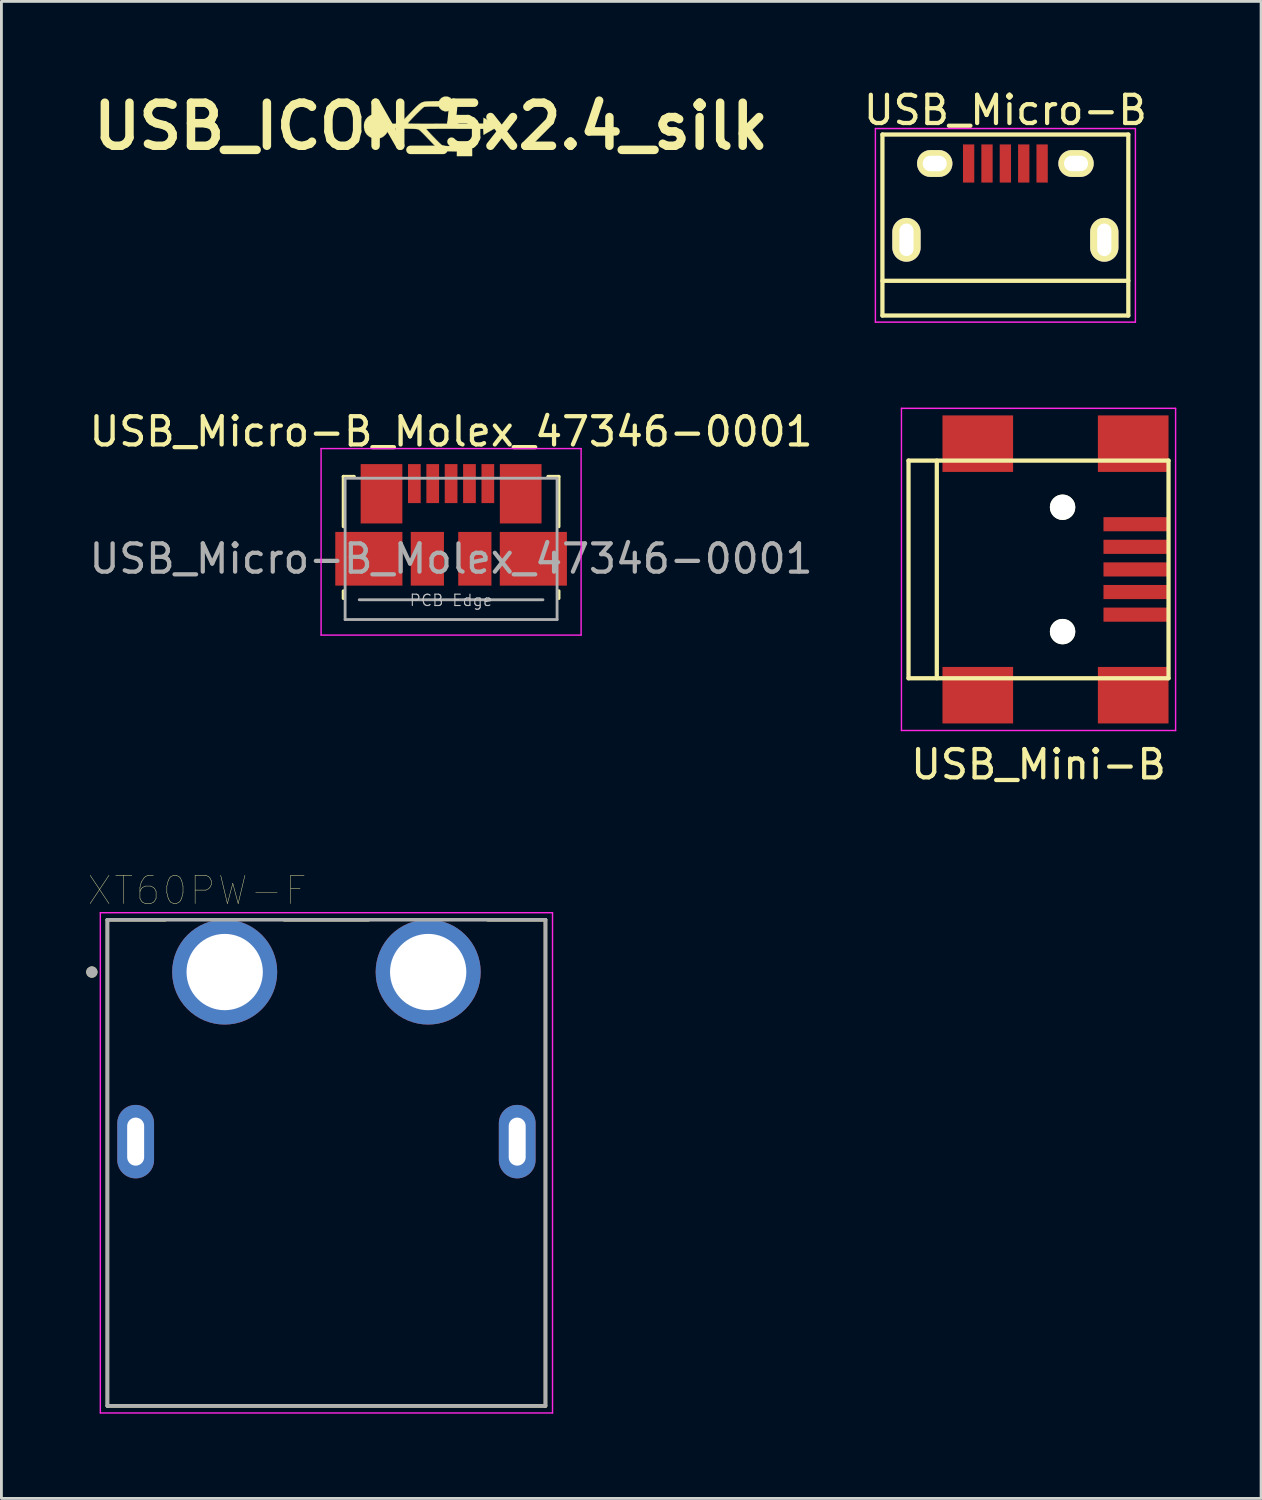
<source format=kicad_pcb>
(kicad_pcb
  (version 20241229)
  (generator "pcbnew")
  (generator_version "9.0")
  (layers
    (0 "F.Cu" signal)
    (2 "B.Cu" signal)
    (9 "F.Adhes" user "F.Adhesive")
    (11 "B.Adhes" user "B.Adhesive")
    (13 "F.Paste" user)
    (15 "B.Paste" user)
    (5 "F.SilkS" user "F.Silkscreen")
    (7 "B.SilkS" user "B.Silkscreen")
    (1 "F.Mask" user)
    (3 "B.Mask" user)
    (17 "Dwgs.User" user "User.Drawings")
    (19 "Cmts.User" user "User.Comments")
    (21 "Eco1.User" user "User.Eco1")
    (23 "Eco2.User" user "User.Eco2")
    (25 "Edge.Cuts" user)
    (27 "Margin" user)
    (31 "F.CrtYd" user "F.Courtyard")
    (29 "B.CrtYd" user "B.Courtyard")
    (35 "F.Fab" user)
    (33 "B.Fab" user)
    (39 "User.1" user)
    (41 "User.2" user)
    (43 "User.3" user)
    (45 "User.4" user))
  (footprint "USB_ICON_5x2.4_silk"
    (layer "F.Cu")
    (at 12.199 1.418)
    (property "Reference" "USB_ICON_5x2.4_silk" (at 0 0 0) (layer "F.SilkS") (effects (font (size 1.524 1.524) (thickness 0.3))))
    (attr through_hole)
    (fp_poly (pts (xy 0.599 -1.044) (xy 0.679 -1.01) (xy 0.741 -0.948) (xy 0.783 -0.861) (xy 0.786 -0.849) (xy 0.793 -0.767) (xy 0.771 -0.689) (xy 0.726 -0.622) (xy 0.664 -0.569) (xy 0.589 -0.537) (xy 0.506 -0.53) (xy 0.477 -0.535) (xy 0.389 -0.568) (xy 0.326 -0.624) (xy 0.307 -0.651) (xy 0.277 -0.702) (xy 0.041 -0.702) (xy -0.049 -0.701) (xy -0.131 -0.697) (xy -0.197 -0.692) (xy -0.24 -0.686) (xy -0.246 -0.684) (xy -0.269 -0.668) (xy -0.311 -0.632) (xy -0.367 -0.58) (xy -0.433 -0.516) (xy -0.506 -0.445) (xy -0.58 -0.369) (xy -0.652 -0.295) (xy -0.718 -0.225) (xy -0.773 -0.165) (xy -0.813 -0.117) (xy -0.817 -0.113) (xy -0.82 -0.107) (xy -0.818 -0.103) (xy -0.81 -0.099) (xy -0.793 -0.095) (xy -0.766 -0.093) (xy -0.726 -0.09) (xy -0.67 -0.089) (xy -0.598 -0.087) (xy -0.506 -0.087) (xy -0.394 -0.086) (xy -0.257 -0.086) (xy -0.096 -0.086) (xy 0.093 -0.086) (xy 0.312 -0.087) (xy 0.503 -0.088) (xy 1.847 -0.092) (xy 1.855 -0.195) (xy 1.863 -0.299) (xy 2.118 -0.154) (xy 2.2 -0.106) (xy 2.272 -0.064) (xy 2.327 -0.031) (xy 2.362 -0.008) (xy 2.372 0) (xy 2.359 0.011) (xy 2.32 0.035) (xy 2.262 0.07) (xy 2.189 0.113) (xy 2.118 0.154) (xy 1.863 0.3) (xy 1.855 0.196) (xy 1.847 0.092) (xy 0.84 0.088) (xy 0.66 0.087) (xy 0.49 0.087) (xy 0.334 0.087) (xy 0.193 0.088) (xy 0.072 0.089) (xy -0.028 0.09) (xy -0.103 0.092) (xy -0.15 0.094) (xy -0.167 0.096) (xy -0.167 0.096) (xy -0.155 0.114) (xy -0.124 0.151) (xy -0.077 0.203) (xy -0.018 0.267) (xy 0.048 0.337) (xy 0.119 0.409) (xy 0.189 0.481) (xy 0.255 0.547) (xy 0.312 0.603) (xy 0.357 0.645) (xy 0.386 0.669) (xy 0.391 0.672) (xy 0.419 0.684) (xy 0.457 0.692) (xy 0.51 0.697) (xy 0.585 0.7) (xy 0.681 0.701) (xy 0.919 0.702) (xy 0.919 0.535) (xy 1.454 0.535) (xy 1.454 1.053) (xy 0.919 1.053) (xy 0.919 0.889) (xy 0.664 0.883) (xy 0.557 0.88) (xy 0.471 0.874) (xy 0.401 0.863) (xy 0.34 0.844) (xy 0.284 0.813) (xy 0.225 0.769) (xy 0.159 0.708) (xy 0.079 0.627) (xy 0.019 0.564) (xy -0.091 0.449) (xy -0.181 0.355) (xy -0.252 0.282) (xy -0.309 0.225) (xy -0.353 0.182) (xy -0.387 0.152) (xy -0.413 0.131) (xy -0.434 0.118) (xy -0.454 0.109) (xy -0.473 0.103) (xy -0.476 0.102) (xy -0.515 0.096) (xy -0.584 0.092) (xy -0.681 0.088) (xy -0.803 0.085) (xy -0.946 0.084) (xy -1.021 0.084) (xy -1.499 0.084) (xy -1.518 0.148) (xy -1.552 0.219) (xy -1.608 0.291) (xy -1.677 0.355) (xy -1.75 0.401) (xy -1.859 0.435) (xy -1.971 0.439) (xy -2.081 0.414) (xy -2.182 0.365) (xy -2.268 0.291) (xy -2.316 0.224) (xy -2.35 0.14) (xy -2.369 0.04) (xy -2.369 -0.062) (xy -2.358 -0.127) (xy -2.315 -0.228) (xy -2.247 -0.312) (xy -2.16 -0.376) (xy -2.059 -0.418) (xy -1.95 -0.435) (xy -1.839 -0.426) (xy -1.745 -0.395) (xy -1.666 -0.345) (xy -1.595 -0.276) (xy -1.54 -0.199) (xy -1.517 -0.145) (xy -1.498 -0.08) (xy -1.313 -0.086) (xy -1.223 -0.091) (xy -1.159 -0.097) (xy -1.114 -0.107) (xy -1.082 -0.122) (xy -1.078 -0.124) (xy -1.053 -0.145) (xy -1.009 -0.186) (xy -0.949 -0.245) (xy -0.878 -0.316) (xy -0.799 -0.398) (xy -0.728 -0.472) (xy -0.625 -0.581) (xy -0.54 -0.668) (xy -0.469 -0.736) (xy -0.409 -0.788) (xy -0.353 -0.825) (xy -0.299 -0.85) (xy -0.241 -0.866) (xy -0.176 -0.875) (xy -0.098 -0.88) (xy -0.003 -0.882) (xy 0.013 -0.883) (xy 0.284 -0.889) (xy 0.311 -0.933) (xy 0.368 -0.999) (xy 0.445 -1.038) (xy 0.504 -1.049) (xy 0.599 -1.044)) (stroke (width 0.01) (type solid)) (fill yes) (layer "F.SilkS")))
  (footprint "XT60PW-F"
    (layer "F.Cu")
    (at 8.5 31.344)
    (property "Reference" "XT60PW-F" (at -4.575 -2.885 0) (layer "F.SilkS") (effects (font (size 1 1) (thickness 0.015))))
    (attr through_hole)
    (fp_line (start -7.75 -1.85) (end -5.71 -1.85) (stroke (width 0.127) (type solid)) (layer "F.SilkS"))
    (fp_line (start -7.75 15.35) (end -7.75 -1.85) (stroke (width 0.127) (type solid)) (layer "F.SilkS"))
    (fp_line (start -1.49 -1.85) (end 1.49 -1.85) (stroke (width 0.127) (type solid)) (layer "F.SilkS"))
    (fp_line (start 5.71 -1.85) (end 7.75 -1.85) (stroke (width 0.127) (type solid)) (layer "F.SilkS"))
    (fp_line (start 7.75 -1.85) (end 7.75 15.35) (stroke (width 0.127) (type solid)) (layer "F.SilkS"))
    (fp_line (start 7.75 15.35) (end -7.75 15.35) (stroke (width 0.127) (type solid)) (layer "F.SilkS"))
    (fp_circle (center -8.3 0) (end -8.2 0) (stroke (width 0.2) (type solid)) (fill no) (layer "F.SilkS"))
    (fp_line (start -8 -2.1) (end 8 -2.1) (stroke (width 0.05) (type solid)) (layer "F.CrtYd"))
    (fp_line (start -8 15.6) (end -8 -2.1) (stroke (width 0.05) (type solid)) (layer "F.CrtYd"))
    (fp_line (start 8 -2.1) (end 8 15.6) (stroke (width 0.05) (type solid)) (layer "F.CrtYd"))
    (fp_line (start 8 15.6) (end -8 15.6) (stroke (width 0.05) (type solid)) (layer "F.CrtYd"))
    (fp_line (start -7.75 -1.85) (end 7.75 -1.85) (stroke (width 0.127) (type solid)) (layer "F.Fab"))
    (fp_line (start -7.75 15.35) (end -7.75 -1.85) (stroke (width 0.127) (type solid)) (layer "F.Fab"))
    (fp_line (start 7.75 -1.85) (end 7.75 15.35) (stroke (width 0.127) (type solid)) (layer "F.Fab"))
    (fp_line (start 7.75 15.35) (end -7.75 15.35) (stroke (width 0.127) (type solid)) (layer "F.Fab"))
    (fp_circle (center -8.3 0) (end -8.2 0) (stroke (width 0.2) (type solid)) (fill no) (layer "F.Fab"))
    (pad "1" thru_hole circle (at -3.6 0) (size 3.716 3.716) (drill 2.7) (layers "*.Cu" "*.Mask"))
    (pad "2" thru_hole circle (at 3.6 0) (size 3.716 3.716) (drill 2.7) (layers "*.Cu" "*.Mask"))
    (pad "S1" thru_hole oval (at -6.75 6) (size 1.3 2.6) (drill oval 0.6 1.7) (layers "*.Cu" "*.Mask"))
    (pad "S2" thru_hole oval (at 6.75 6) (size 1.3 2.6) (drill oval 0.6 1.7) (layers "*.Cu" "*.Mask")))
  (footprint "USB_Micro-B_Molex_47346-0001"
    (layer "F.Cu")
    (at 12.911 15.521)
    (property "Reference" "USB_Micro-B_Molex_47346-0001" (at 0 -3.3 180) (layer "F.SilkS") (effects (font (size 1 1) (thickness 0.15))))
    (attr smd)
    (fp_line (start -3.81 -1.71) (end -3.43 -1.71) (stroke (width 0.12) (type solid)) (layer "F.SilkS"))
    (fp_line (start -3.81 0.06) (end -3.81 -1.71) (stroke (width 0.12) (type solid)) (layer "F.SilkS"))
    (fp_line (start -3.81 2.6) (end -3.81 2.34) (stroke (width 0.12) (type solid)) (layer "F.SilkS"))
    (fp_line (start 3.81 -1.71) (end 3.43 -1.71) (stroke (width 0.12) (type solid)) (layer "F.SilkS"))
    (fp_line (start 3.81 -1.71) (end 3.81 0.06) (stroke (width 0.12) (type solid)) (layer "F.SilkS"))
    (fp_line (start 3.81 2.34) (end 3.81 2.6) (stroke (width 0.12) (type solid)) (layer "F.SilkS"))
    (fp_line (start -4.6 -2.7) (end 4.6 -2.7) (stroke (width 0.05) (type solid)) (layer "F.CrtYd"))
    (fp_line (start -4.6 3.9) (end -4.6 -2.7) (stroke (width 0.05) (type solid)) (layer "F.CrtYd"))
    (fp_line (start 4.6 -2.7) (end 4.6 3.9) (stroke (width 0.05) (type solid)) (layer "F.CrtYd"))
    (fp_line (start 4.6 3.9) (end -4.6 3.9) (stroke (width 0.05) (type solid)) (layer "F.CrtYd"))
    (fp_line (start -3.75 -1.65) (end 3.75 -1.65) (stroke (width 0.1) (type solid)) (layer "F.Fab"))
    (fp_line (start -3.75 3.35) (end -3.75 -1.65) (stroke (width 0.1) (type solid)) (layer "F.Fab"))
    (fp_line (start -3.25 2.65) (end 3.25 2.65) (stroke (width 0.1) (type solid)) (layer "F.Fab"))
    (fp_line (start 3.75 -1.65) (end 3.75 3.35) (stroke (width 0.1) (type solid)) (layer "F.Fab"))
    (fp_line (start 3.75 3.35) (end -3.75 3.35) (stroke (width 0.1) (type solid)) (layer "F.Fab"))
    (fp_text user "PCB Edge" (at 0 2.67 180) (layer "Dwgs.User") (effects (font (size 0.4 0.4) (thickness 0.04))))
    (fp_text user "${REFERENCE}" (at 0 1.2 0) (layer "F.Fab") (effects (font (size 1 1) (thickness 0.15))))
    (pad "1" smd rect (at -1.3 -1.46) (size 0.45 1.38) (layers "F.Cu" "F.Mask" "F.Paste"))
    (pad "2" smd rect (at -0.65 -1.46) (size 0.45 1.38) (layers "F.Cu" "F.Mask" "F.Paste"))
    (pad "3" smd rect (at 0 -1.46) (size 0.45 1.38) (layers "F.Cu" "F.Mask" "F.Paste"))
    (pad "4" smd rect (at 0.65 -1.46) (size 0.45 1.38) (layers "F.Cu" "F.Mask" "F.Paste"))
    (pad "5" smd rect (at 1.3 -1.46) (size 0.45 1.38) (layers "F.Cu" "F.Mask" "F.Paste"))
    (pad "6" smd rect (at -2.91 1.2) (size 2.375 1.9) (layers "F.Cu" "F.Mask" "F.Paste"))
    (pad "6" smd rect (at -2.462 -1.1) (size 1.475 2.1) (layers "F.Cu" "F.Mask" "F.Paste"))
    (pad "6" smd rect (at -0.84 1.2) (size 1.175 1.9) (layers "F.Cu" "F.Mask" "F.Paste"))
    (pad "6" smd rect (at 0.84 1.2) (size 1.175 1.9) (layers "F.Cu" "F.Mask" "F.Paste"))
    (pad "6" smd rect (at 2.462 -1.1) (size 1.475 2.1) (layers "F.Cu" "F.Mask" "F.Paste"))
    (pad "6" smd rect (at 2.91 1.2) (size 2.375 1.9) (layers "F.Cu" "F.Mask" "F.Paste")))
  (footprint "USB_Mini-B"
    (layer "F.Cu")
    (at 33.696 17.098)
    (property "Reference" "USB_Mini-B" (at 0 6.901 0) (layer "F.SilkS") (effects (font (size 1 1) (thickness 0.15))))
    (attr smd)
    (fp_line (start -4.6 -3.851) (end -4.6 3.851) (stroke (width 0.15) (type solid)) (layer "F.SilkS"))
    (fp_line (start -4.6 3.851) (end 4.6 3.851) (stroke (width 0.15) (type solid)) (layer "F.SilkS"))
    (fp_line (start -3.599 -3.851) (end -3.599 3.851) (stroke (width 0.15) (type solid)) (layer "F.SilkS"))
    (fp_line (start 4.6 -3.851) (end -4.6 -3.851) (stroke (width 0.15) (type solid)) (layer "F.SilkS"))
    (fp_line (start 4.6 3.851) (end 4.6 -3.851) (stroke (width 0.15) (type solid)) (layer "F.SilkS"))
    (fp_line (start -4.85 -5.7) (end 4.85 -5.7) (stroke (width 0.05) (type solid)) (layer "F.CrtYd"))
    (fp_line (start -4.85 5.7) (end -4.85 -5.7) (stroke (width 0.05) (type solid)) (layer "F.CrtYd"))
    (fp_line (start 4.85 -5.7) (end 4.85 5.7) (stroke (width 0.05) (type solid)) (layer "F.CrtYd"))
    (fp_line (start 4.85 5.7) (end -4.85 5.7) (stroke (width 0.05) (type solid)) (layer "F.CrtYd"))
    (pad "" np_thru_hole circle (at 0.851 -2.2) (size 0.899 0.899) (drill 0.899) (layers "*.Cu" "*.Mask" "F.SilkS"))
    (pad "" np_thru_hole circle (at 0.851 2.2) (size 0.899 0.899) (drill 0.899) (layers "*.Cu" "*.Mask" "F.SilkS"))
    (pad "1" smd rect (at 3.449 -1.6) (size 2.301 0.5) (layers "F.Cu" "F.Mask" "F.Paste"))
    (pad "2" smd rect (at 3.449 -0.8) (size 2.301 0.5) (layers "F.Cu" "F.Mask" "F.Paste"))
    (pad "3" smd rect (at 3.449 0) (size 2.301 0.5) (layers "F.Cu" "F.Mask" "F.Paste"))
    (pad "4" smd rect (at 3.449 0.8) (size 2.301 0.5) (layers "F.Cu" "F.Mask" "F.Paste"))
    (pad "5" smd rect (at 3.449 1.6) (size 2.301 0.5) (layers "F.Cu" "F.Mask" "F.Paste"))
    (pad "6" smd rect (at -2.149 -4.45) (size 2.499 1.999) (layers "F.Cu" "F.Mask" "F.Paste"))
    (pad "6" smd rect (at -2.149 4.45) (size 2.499 1.999) (layers "F.Cu" "F.Mask" "F.Paste"))
    (pad "6" smd rect (at 3.35 -4.45) (size 2.499 1.999) (layers "F.Cu" "F.Mask" "F.Paste"))
    (pad "6" smd rect (at 3.35 4.45) (size 2.499 1.999) (layers "F.Cu" "F.Mask" "F.Paste")))
  (footprint "USB_Micro-B"
    (layer "F.Cu")
    (at 32.524 4.298)
    (property "Reference" "USB_Micro-B" (at 0 -3.45 0) (layer "F.SilkS") (effects (font (size 1 1) (thickness 0.15))))
    (attr smd)
    (fp_line (start -4.351 -2.588) (end 4.349 -2.588) (stroke (width 0.15) (type solid)) (layer "F.SilkS"))
    (fp_line (start -4.351 3.817) (end -4.351 -2.588) (stroke (width 0.15) (type solid)) (layer "F.SilkS"))
    (fp_line (start -4.351 3.817) (end 4.349 3.817) (stroke (width 0.15) (type solid)) (layer "F.SilkS"))
    (fp_line (start 4.349 -2.588) (end 4.349 3.817) (stroke (width 0.15) (type solid)) (layer "F.SilkS"))
    (fp_line (start 4.349 2.587) (end -4.351 2.587) (stroke (width 0.15) (type solid)) (layer "F.SilkS"))
    (fp_line (start -4.6 -2.8) (end 4.6 -2.8) (stroke (width 0.05) (type solid)) (layer "F.CrtYd"))
    (fp_line (start -4.6 4.05) (end -4.6 -2.8) (stroke (width 0.05) (type solid)) (layer "F.CrtYd"))
    (fp_line (start 4.6 -2.8) (end 4.6 4.05) (stroke (width 0.05) (type solid)) (layer "F.CrtYd"))
    (fp_line (start 4.6 4.05) (end -4.6 4.05) (stroke (width 0.05) (type solid)) (layer "F.CrtYd"))
    (pad "1" smd rect (at -1.301 -1.563 90) (size 1.35 0.4) (layers "F.Cu" "F.Mask" "F.Paste"))
    (pad "2" smd rect (at -0.651 -1.563 90) (size 1.35 0.4) (layers "F.Cu" "F.Mask" "F.Paste"))
    (pad "3" smd rect (at -0.001 -1.563 90) (size 1.35 0.4) (layers "F.Cu" "F.Mask" "F.Paste"))
    (pad "4" smd rect (at 0.649 -1.563 90) (size 1.35 0.4) (layers "F.Cu" "F.Mask" "F.Paste"))
    (pad "5" smd rect (at 1.299 -1.563 90) (size 1.35 0.4) (layers "F.Cu" "F.Mask" "F.Paste"))
    (pad "6" thru_hole oval (at -3.501 1.137 90) (size 1.55 1) (drill oval 1.15 0.5) (layers "*.Cu" "*.Mask" "F.SilkS"))
    (pad "6" thru_hole oval (at -2.501 -1.563 90) (size 0.95 1.25) (drill oval 0.55 0.85) (layers "*.Cu" "*.Mask" "F.SilkS"))
    (pad "6" thru_hole oval (at 2.499 -1.563 90) (size 0.95 1.25) (drill oval 0.55 0.85) (layers "*.Cu" "*.Mask" "F.SilkS"))
    (pad "6" thru_hole oval (at 3.499 1.137 90) (size 1.55 1) (drill oval 1.15 0.5) (layers "*.Cu" "*.Mask" "F.SilkS")))
  (gr_rect
    (start -3 -3)
    (end 41.571 49.969)
    (stroke (width 0.1) (type default))
    (fill no)
    (layer "Edge.Cuts")))
</source>
